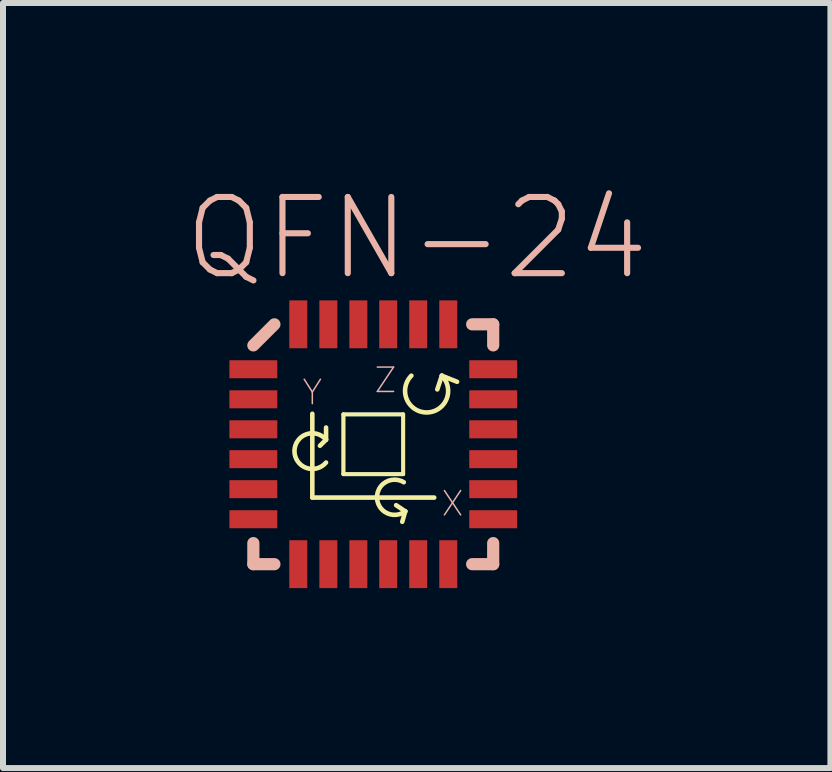
<source format=kicad_pcb>
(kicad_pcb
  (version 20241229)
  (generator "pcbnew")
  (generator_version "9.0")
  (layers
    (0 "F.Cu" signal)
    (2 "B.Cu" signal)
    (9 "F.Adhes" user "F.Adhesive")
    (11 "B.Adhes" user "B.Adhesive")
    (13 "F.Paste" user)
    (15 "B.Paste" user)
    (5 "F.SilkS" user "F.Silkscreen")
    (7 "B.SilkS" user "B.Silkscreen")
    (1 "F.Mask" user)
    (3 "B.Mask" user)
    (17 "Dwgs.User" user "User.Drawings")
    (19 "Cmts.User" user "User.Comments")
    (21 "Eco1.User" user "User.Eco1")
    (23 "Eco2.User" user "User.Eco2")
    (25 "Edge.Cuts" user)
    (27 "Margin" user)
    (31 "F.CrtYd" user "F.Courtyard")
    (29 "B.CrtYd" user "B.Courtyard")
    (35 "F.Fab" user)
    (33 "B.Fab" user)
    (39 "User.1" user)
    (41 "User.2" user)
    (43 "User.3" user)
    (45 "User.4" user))
  (footprint "QFN-24"
    (layer "F.Cu")
    (at 3.172 4.355)
    (property "Reference" "QFN-24" (at 0.724 -3.434 0) (layer "B.SilkS") (effects (font (size 1.27 1.27) (thickness 0.102))))
    (attr smd)
    (fp_line (start -0.498 -0.498) (end 0.498 -0.498) (stroke (width 0.066) (type solid)) (layer "B.Cu"))
    (fp_line (start -0.498 0.498) (end -0.498 -0.498) (stroke (width 0.066) (type solid)) (layer "B.Cu"))
    (fp_line (start -0.498 0.498) (end 0.498 0.498) (stroke (width 0.066) (type solid)) (layer "B.Cu"))
    (fp_line (start 0.498 0.498) (end 0.498 -0.498) (stroke (width 0.066) (type solid)) (layer "B.Cu"))
    (fp_line (start -1.016 -0.508) (end -1.016 0.889) (stroke (width 0.076) (type solid)) (layer "F.SilkS"))
    (fp_line (start -1.016 0.889) (end 1.016 0.889) (stroke (width 0.076) (type solid)) (layer "F.SilkS"))
    (fp_line (start -0.787 -0.279) (end -0.787 -0.076) (stroke (width 0.076) (type solid)) (layer "F.SilkS"))
    (fp_line (start -0.787 -0.076) (end -0.889 0.025) (stroke (width 0.076) (type solid)) (layer "F.SilkS"))
    (fp_line (start -0.498 -0.498) (end 0.498 -0.498) (stroke (width 0.066) (type solid)) (layer "F.SilkS"))
    (fp_line (start -0.498 0.498) (end -0.498 -0.498) (stroke (width 0.066) (type solid)) (layer "F.SilkS"))
    (fp_line (start -0.498 0.498) (end 0.498 0.498) (stroke (width 0.066) (type solid)) (layer "F.SilkS"))
    (fp_line (start 0.381 1.016) (end 0.533 1.118) (stroke (width 0.076) (type solid)) (layer "F.SilkS"))
    (fp_line (start 0.498 0.498) (end 0.498 -0.498) (stroke (width 0.066) (type solid)) (layer "F.SilkS"))
    (fp_line (start 0.533 1.118) (end 0.483 1.293) (stroke (width 0.076) (type solid)) (layer "F.SilkS"))
    (fp_line (start 1.143 -1.143) (end 1.067 -0.914) (stroke (width 0.076) (type solid)) (layer "F.SilkS"))
    (fp_line (start 1.143 -1.143) (end 1.397 -1.041) (stroke (width 0.076) (type solid)) (layer "F.SilkS"))
    (fp_arc (start -0.7874 0.3048) (mid -1.31357 0.114531) (end -0.787696 -0.076554) (stroke (width 0.0762) (type solid)) (layer "F.SilkS"))
    (fp_arc (start 0.5334 1.1176) (mid 0.062349 0.898859) (end 0.508732 0.633381) (stroke (width 0.0762) (type solid)) (layer "F.SilkS"))
    (fp_arc (start 1.143 -1.143) (mid 0.889 -0.52979) (end 0.635 -1.143) (stroke (width 0.0762) (type solid)) (layer "F.SilkS"))
    (fp_line (start -1.999 1.999) (end -1.999 1.648) (stroke (width 0.203) (type solid)) (layer "B.SilkS"))
    (fp_line (start -1.648 -1.999) (end -1.999 -1.648) (stroke (width 0.203) (type solid)) (layer "B.SilkS"))
    (fp_line (start -1.648 1.999) (end -1.999 1.999) (stroke (width 0.203) (type solid)) (layer "B.SilkS"))
    (fp_line (start 1.648 1.999) (end 1.999 1.999) (stroke (width 0.203) (type solid)) (layer "B.SilkS"))
    (fp_line (start 1.999 -1.999) (end 1.648 -1.999) (stroke (width 0.203) (type solid)) (layer "B.SilkS"))
    (fp_line (start 1.999 -1.648) (end 1.999 -1.999) (stroke (width 0.203) (type solid)) (layer "B.SilkS"))
    (fp_line (start 1.999 1.648) (end 1.999 1.999) (stroke (width 0.203) (type solid)) (layer "B.SilkS"))
    (fp_text user "Y" (at -1.016 -0.864 0) (layer "B.SilkS") (effects (font (size 0.406 0.406) (thickness 0.025))))
    (fp_text user "X" (at 1.321 0.991 0) (layer "B.SilkS") (effects (font (size 0.406 0.406) (thickness 0.025))))
    (fp_text user "Z" (at 0.203 -1.067 0) (layer "B.SilkS") (effects (font (size 0.406 0.406) (thickness 0.025))))
    (pad "1" smd rect (at -1.999 -1.25 180) (size 0.798 0.3) (layers "F.Cu" "F.Mask" "F.Paste"))
    (pad "2" smd rect (at -1.999 -0.749 180) (size 0.798 0.3) (layers "F.Cu" "F.Mask" "F.Paste"))
    (pad "3" smd rect (at -1.999 -0.249 180) (size 0.798 0.3) (layers "F.Cu" "F.Mask" "F.Paste"))
    (pad "4" smd rect (at -1.999 0.249 180) (size 0.798 0.3) (layers "F.Cu" "F.Mask" "F.Paste"))
    (pad "5" smd rect (at -1.999 0.749 180) (size 0.798 0.3) (layers "F.Cu" "F.Mask" "F.Paste"))
    (pad "6" smd rect (at -1.999 1.25 180) (size 0.798 0.3) (layers "F.Cu" "F.Mask" "F.Paste"))
    (pad "7" smd rect (at -1.25 1.999 90) (size 0.798 0.3) (layers "F.Cu" "F.Mask" "F.Paste"))
    (pad "8" smd rect (at -0.749 1.999 90) (size 0.798 0.3) (layers "F.Cu" "F.Mask" "F.Paste"))
    (pad "9" smd rect (at -0.249 1.999 90) (size 0.798 0.3) (layers "F.Cu" "F.Mask" "F.Paste"))
    (pad "10" smd rect (at 0.249 1.999 90) (size 0.798 0.3) (layers "F.Cu" "F.Mask" "F.Paste"))
    (pad "11" smd rect (at 0.749 1.999 90) (size 0.798 0.3) (layers "F.Cu" "F.Mask" "F.Paste"))
    (pad "12" smd rect (at 1.25 1.999 90) (size 0.798 0.3) (layers "F.Cu" "F.Mask" "F.Paste"))
    (pad "13" smd rect (at 1.999 1.25) (size 0.798 0.3) (layers "F.Cu" "F.Mask" "F.Paste"))
    (pad "14" smd rect (at 1.999 0.749) (size 0.798 0.3) (layers "F.Cu" "F.Mask" "F.Paste"))
    (pad "15" smd rect (at 1.999 0.249) (size 0.798 0.3) (layers "F.Cu" "F.Mask" "F.Paste"))
    (pad "16" smd rect (at 1.999 -0.249) (size 0.798 0.3) (layers "F.Cu" "F.Mask" "F.Paste"))
    (pad "17" smd rect (at 1.999 -0.749) (size 0.798 0.3) (layers "F.Cu" "F.Mask" "F.Paste"))
    (pad "18" smd rect (at 1.999 -1.25) (size 0.798 0.3) (layers "F.Cu" "F.Mask" "F.Paste"))
    (pad "19" smd rect (at 1.25 -1.999 270) (size 0.798 0.3) (layers "F.Cu" "F.Mask" "F.Paste"))
    (pad "20" smd rect (at 0.749 -1.999 270) (size 0.798 0.3) (layers "F.Cu" "F.Mask" "F.Paste"))
    (pad "21" smd rect (at 0.249 -1.999 270) (size 0.798 0.3) (layers "F.Cu" "F.Mask" "F.Paste"))
    (pad "22" smd rect (at -0.249 -1.999 270) (size 0.798 0.3) (layers "F.Cu" "F.Mask" "F.Paste"))
    (pad "23" smd rect (at -0.749 -1.999 270) (size 0.798 0.3) (layers "F.Cu" "F.Mask" "F.Paste"))
    (pad "24" smd rect (at -1.25 -1.999 270) (size 0.798 0.3) (layers "F.Cu" "F.Mask" "F.Paste")))
  (gr_rect
    (start -3 -3)
    (end 10.792 9.753)
    (stroke (width 0.1) (type default))
    (fill no)
    (layer "Edge.Cuts")))
</source>
